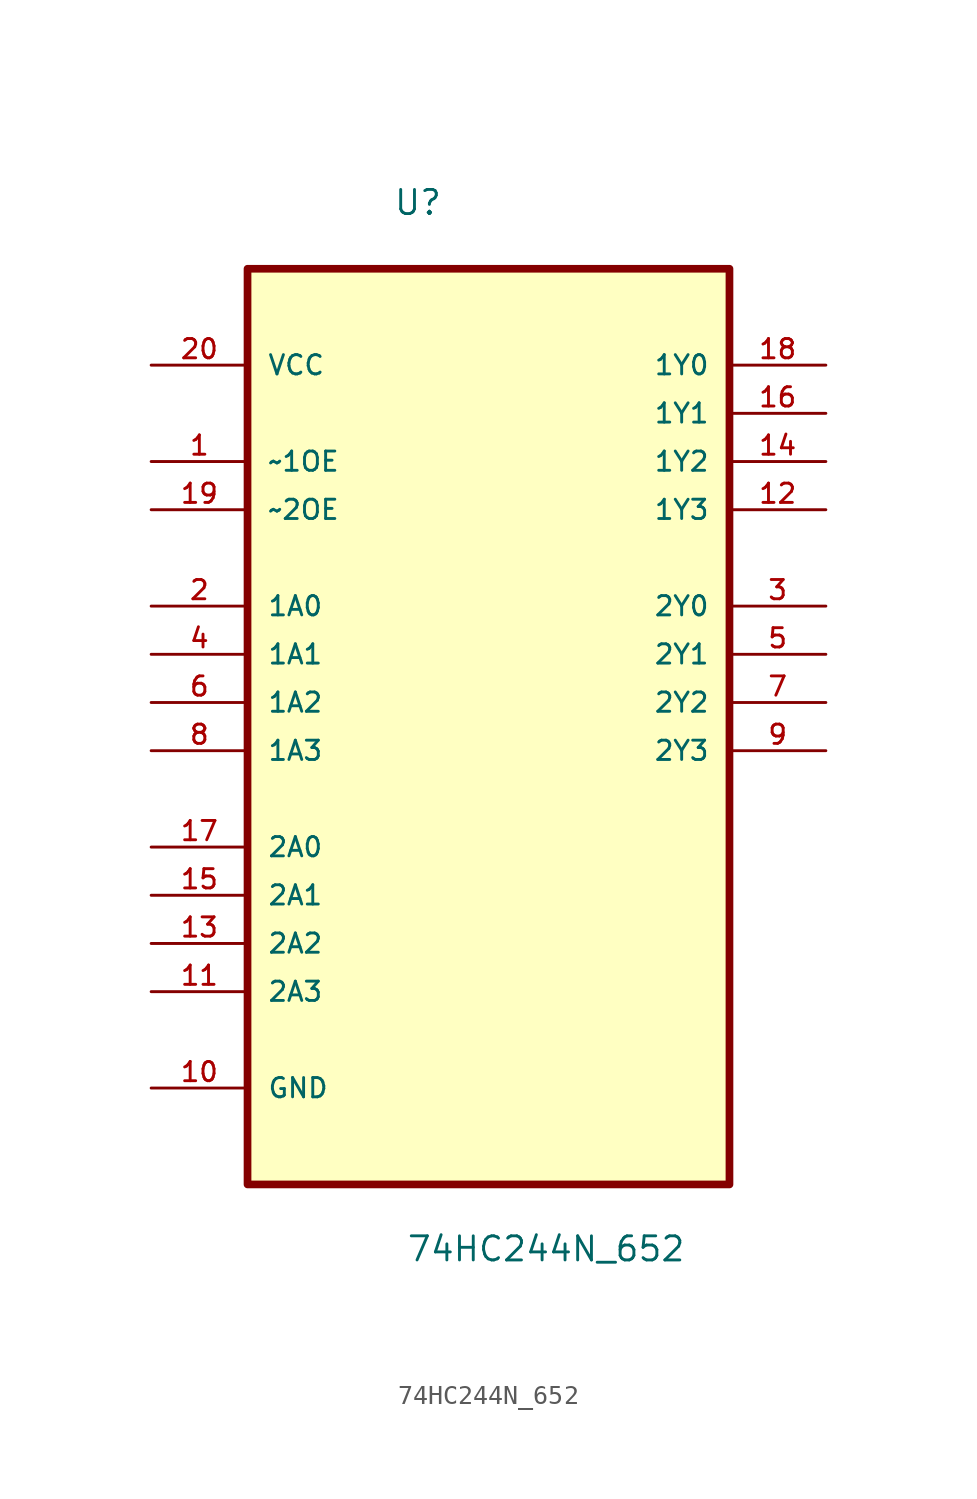
<source format=kicad_sym>
(kicad_symbol_lib
  (version 20211014)
  (generator kicad_symbol_editor)
  (symbol "74HC244N_652"
    (pin_names
      (offset 1.016))
    (property "Reference" "U"
      (at -5.03 23.066 0.0)
      (effects (font (size 1.27 1.27)) (justify bottom left)))
    (property "Value" "74HC244N_652"
      (at -4.351 -32.083 0.0)
      (effects (font (size 1.27 1.27)) (justify bottom left)))
    (symbol "74HC244N_652_0_0"
      (rectangle (start -12.7 -27.94) (end 12.7 20.32) (stroke (width 0.406)) (fill (type background)))
      (pin power_in line (at -17.78 15.24 0) (length 5.08) (name "VCC" (effects (font (size 1.016 1.016)))) (number "20" (effects (font (size 1.016 1.016)))))
      (pin input line (at -17.78 10.16 0) (length 5.08) (name "~1OE" (effects (font (size 1.016 1.016)))) (number "1" (effects (font (size 1.016 1.016)))))
      (pin input line (at -17.78 7.62 0) (length 5.08) (name "~2OE" (effects (font (size 1.016 1.016)))) (number "19" (effects (font (size 1.016 1.016)))))
      (pin input line (at -17.78 2.54 0) (length 5.08) (name "1A0" (effects (font (size 1.016 1.016)))) (number "2" (effects (font (size 1.016 1.016)))))
      (pin input line (at -17.78 0.0 0) (length 5.08) (name "1A1" (effects (font (size 1.016 1.016)))) (number "4" (effects (font (size 1.016 1.016)))))
      (pin input line (at -17.78 -2.54 0) (length 5.08) (name "1A2" (effects (font (size 1.016 1.016)))) (number "6" (effects (font (size 1.016 1.016)))))
      (pin input line (at -17.78 -5.08 0) (length 5.08) (name "1A3" (effects (font (size 1.016 1.016)))) (number "8" (effects (font (size 1.016 1.016)))))
      (pin input line (at -17.78 -10.16 0) (length 5.08) (name "2A0" (effects (font (size 1.016 1.016)))) (number "17" (effects (font (size 1.016 1.016)))))
      (pin input line (at -17.78 -12.7 0) (length 5.08) (name "2A1" (effects (font (size 1.016 1.016)))) (number "15" (effects (font (size 1.016 1.016)))))
      (pin input line (at -17.78 -15.24 0) (length 5.08) (name "2A2" (effects (font (size 1.016 1.016)))) (number "13" (effects (font (size 1.016 1.016)))))
      (pin input line (at -17.78 -17.78 0) (length 5.08) (name "2A3" (effects (font (size 1.016 1.016)))) (number "11" (effects (font (size 1.016 1.016)))))
      (pin passive line (at -17.78 -22.86 0) (length 5.08) (name "GND" (effects (font (size 1.016 1.016)))) (number "10" (effects (font (size 1.016 1.016)))))
      (pin output line (at 17.78 15.24 180.0) (length 5.08) (name "1Y0" (effects (font (size 1.016 1.016)))) (number "18" (effects (font (size 1.016 1.016)))))
      (pin output line (at 17.78 12.7 180.0) (length 5.08) (name "1Y1" (effects (font (size 1.016 1.016)))) (number "16" (effects (font (size 1.016 1.016)))))
      (pin output line (at 17.78 10.16 180.0) (length 5.08) (name "1Y2" (effects (font (size 1.016 1.016)))) (number "14" (effects (font (size 1.016 1.016)))))
      (pin output line (at 17.78 7.62 180.0) (length 5.08) (name "1Y3" (effects (font (size 1.016 1.016)))) (number "12" (effects (font (size 1.016 1.016)))))
      (pin output line (at 17.78 2.54 180.0) (length 5.08) (name "2Y0" (effects (font (size 1.016 1.016)))) (number "3" (effects (font (size 1.016 1.016)))))
      (pin output line (at 17.78 0.0 180.0) (length 5.08) (name "2Y1" (effects (font (size 1.016 1.016)))) (number "5" (effects (font (size 1.016 1.016)))))
      (pin output line (at 17.78 -2.54 180.0) (length 5.08) (name "2Y2" (effects (font (size 1.016 1.016)))) (number "7" (effects (font (size 1.016 1.016)))))
      (pin output line (at 17.78 -5.08 180.0) (length 5.08) (name "2Y3" (effects (font (size 1.016 1.016)))) (number "9" (effects (font (size 1.016 1.016))))))))
</source>
